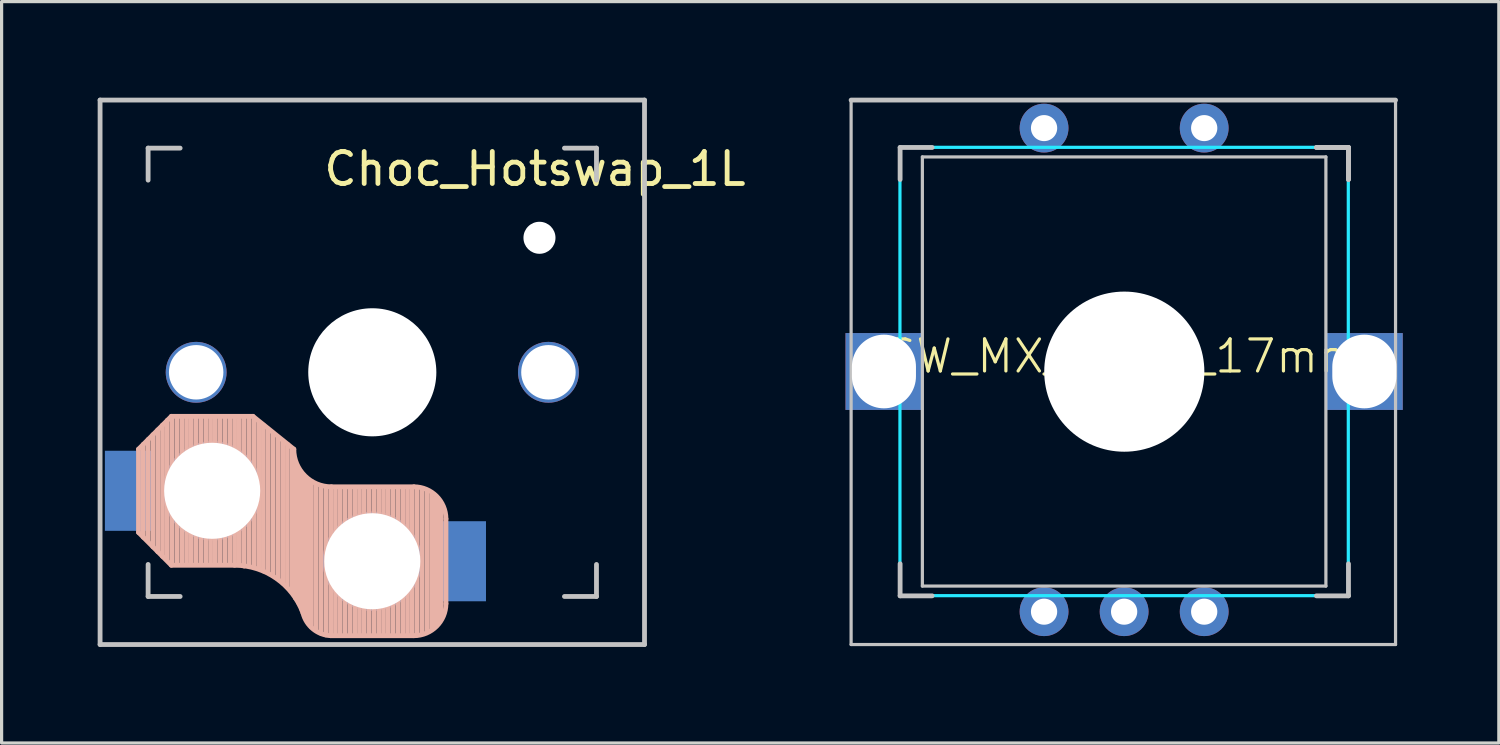
<source format=kicad_pcb>
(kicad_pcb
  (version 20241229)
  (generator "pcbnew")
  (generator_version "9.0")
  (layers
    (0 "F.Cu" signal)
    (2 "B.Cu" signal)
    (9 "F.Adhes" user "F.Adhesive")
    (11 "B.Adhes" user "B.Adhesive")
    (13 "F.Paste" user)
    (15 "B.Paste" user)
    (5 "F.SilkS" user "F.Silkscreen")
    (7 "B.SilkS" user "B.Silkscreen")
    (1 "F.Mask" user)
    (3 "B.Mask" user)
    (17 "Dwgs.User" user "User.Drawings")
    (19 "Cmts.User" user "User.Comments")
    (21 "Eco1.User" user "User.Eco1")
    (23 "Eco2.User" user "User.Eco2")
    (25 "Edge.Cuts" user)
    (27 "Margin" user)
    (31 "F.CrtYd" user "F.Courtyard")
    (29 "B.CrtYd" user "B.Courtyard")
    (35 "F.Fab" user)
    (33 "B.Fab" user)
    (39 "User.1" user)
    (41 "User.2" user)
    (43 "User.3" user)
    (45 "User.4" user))
  (footprint "SW_MX_EC12_17mm"
    (layer "F.Cu")
    (at 32.026 8.575)
    (property "Reference" "SW_MX_EC12_17mm" (at 0 -0.5 0) (unlocked yes) (layer "F.SilkS") (effects (font (size 1 1) (thickness 0.1))))
    (attr smd)
    (fp_line (start -8.5 -8.5) (end 8.5 -8.5) (stroke (width 0.15) (type solid)) (layer "Dwgs.User"))
    (fp_line (start -8.5 8.5) (end -8.5 -8.5) (stroke (width 0.1) (type solid)) (layer "Dwgs.User"))
    (fp_line (start -6.97 -7.02) (end -6.97 -6.02) (stroke (width 0.15) (type solid)) (layer "Dwgs.User"))
    (fp_line (start -6.97 5.98) (end -6.97 6.98) (stroke (width 0.15) (type solid)) (layer "Dwgs.User"))
    (fp_line (start -6.97 6.98) (end -5.97 6.98) (stroke (width 0.15) (type solid)) (layer "Dwgs.User"))
    (fp_line (start -6.275 6.675) (end -6.275 -6.725) (stroke (width 0.1) (type default)) (layer "Dwgs.User"))
    (fp_line (start -5.97 -7.02) (end -6.97 -7.02) (stroke (width 0.15) (type solid)) (layer "Dwgs.User"))
    (fp_line (start 6.03 -7.02) (end 7.03 -7.02) (stroke (width 0.15) (type solid)) (layer "Dwgs.User"))
    (fp_line (start 6.03 -7.02) (end 7.03 -7.02) (stroke (width 0.15) (type solid)) (layer "Dwgs.User"))
    (fp_line (start 6.325 -6.725) (end -6.275 -6.725) (stroke (width 0.1) (type default)) (layer "Dwgs.User"))
    (fp_line (start 6.325 6.675) (end -6.275 6.675) (stroke (width 0.1) (type default)) (layer "Dwgs.User"))
    (fp_line (start 6.325 6.675) (end 6.325 -6.725) (stroke (width 0.1) (type default)) (layer "Dwgs.User"))
    (fp_line (start 7.03 -7.02) (end 7.03 -6.02) (stroke (width 0.15) (type solid)) (layer "Dwgs.User"))
    (fp_line (start 7.03 -7.02) (end 7.03 -6.02) (stroke (width 0.15) (type solid)) (layer "Dwgs.User"))
    (fp_line (start 7.03 5.98) (end 7.03 6.98) (stroke (width 0.15) (type solid)) (layer "Dwgs.User"))
    (fp_line (start 7.03 6.98) (end 6.03 6.98) (stroke (width 0.15) (type solid)) (layer "Dwgs.User"))
    (fp_line (start 8.5 -8.5) (end 8.5 8.5) (stroke (width 0.1) (type solid)) (layer "Dwgs.User"))
    (fp_line (start 8.5 8.5) (end -8.5 8.5) (stroke (width 0.1) (type solid)) (layer "Dwgs.User"))
    (fp_line (start -6.975 -7.025) (end -6.975 6.975) (stroke (width 0.1) (type default)) (layer "B.CrtYd"))
    (fp_line (start -6.975 -7.025) (end 7.025 -7.025) (stroke (width 0.1) (type default)) (layer "B.CrtYd"))
    (fp_line (start -6.975 6.975) (end 7.025 6.975) (stroke (width 0.1) (type default)) (layer "B.CrtYd"))
    (fp_line (start 7.025 6.975) (end 7.025 -7.025) (stroke (width 0.1) (type default)) (layer "B.CrtYd"))
    (pad "" thru_hole rect (at -7.475 -0.025 270) (size 2.4 2.4) (drill oval 2.3 2) (layers "*.Cu" "*.Mask"))
    (pad "" np_thru_hole circle (at 0.03 -0.02 270) (size 4.1 4.1) (drill 4.1) (layers "*.Cu" "*.Mask"))
    (pad "" np_thru_hole circle (at 0.03 -0.02 270) (size 5 5) (drill 5) (layers "*.Cu"))
    (pad "" thru_hole rect (at 7.525 -0.025 270) (size 2.4 2.4) (drill oval 2.3 2) (layers "*.Cu" "*.Mask"))
    (pad "1" thru_hole circle (at 2.525 -7.625) (size 1.524 1.524) (drill oval 0.82 0.813) (layers "*.Cu" "*.Mask"))
    (pad "2" thru_hole circle (at -2.475 -7.625) (size 1.524 1.524) (drill oval 0.82 0.813) (layers "*.Cu" "*.Mask"))
    (pad "A" thru_hole circle (at -2.475 7.475) (size 1.524 1.524) (drill oval 0.82 0.813) (layers "*.Cu" "*.Mask"))
    (pad "B" thru_hole circle (at 2.525 7.475) (size 1.524 1.524) (drill oval 0.82 0.813) (layers "*.Cu" "*.Mask"))
    (pad "C" thru_hole circle (at 0.025 7.475) (size 1.524 1.524) (drill oval 0.82 0.813) (layers "*.Cu" "*.Mask")))
  (footprint "Choc_Hotswap_1L"
    (layer "F.Cu")
    (at 8.575 8.575)
    (property "Reference" "Choc_Hotswap_1L" (at 5.08 -6.35 180) (layer "F.SilkS") (effects (font (size 1 1) (thickness 0.15))))
    (attr through_hole)
    (fp_line (start -7.3 2.4) (end -7.3 5) (stroke (width 0.15) (type solid)) (layer "B.SilkS"))
    (fp_line (start -7.3 2.4) (end -6.275 1.375) (stroke (width 0.15) (type solid)) (layer "B.SilkS"))
    (fp_line (start -7.3 5) (end -6.275 6.025) (stroke (width 0.15) (type solid)) (layer "B.SilkS"))
    (fp_line (start -7.15 5.15) (end -7.15 2.25) (stroke (width 0.15) (type solid)) (layer "B.SilkS"))
    (fp_line (start -7 5.25) (end -7 2.1) (stroke (width 0.15) (type solid)) (layer "B.SilkS"))
    (fp_line (start -6.85 5.45) (end -6.85 1.95) (stroke (width 0.15) (type solid)) (layer "B.SilkS"))
    (fp_line (start -6.7 5.6) (end -6.7 1.8) (stroke (width 0.15) (type solid)) (layer "B.SilkS"))
    (fp_line (start -6.55 5.75) (end -6.55 1.65) (stroke (width 0.15) (type solid)) (layer "B.SilkS"))
    (fp_line (start -6.4 5.85) (end -6.4 1.5) (stroke (width 0.15) (type solid)) (layer "B.SilkS"))
    (fp_line (start -6.25 6) (end -6.25 1.4) (stroke (width 0.15) (type solid)) (layer "B.SilkS"))
    (fp_line (start -6.1 6) (end -6.1 1.4) (stroke (width 0.15) (type solid)) (layer "B.SilkS"))
    (fp_line (start -5.95 6) (end -5.95 1.4) (stroke (width 0.15) (type solid)) (layer "B.SilkS"))
    (fp_line (start -5.8 6) (end -5.8 1.4) (stroke (width 0.15) (type solid)) (layer "B.SilkS"))
    (fp_line (start -5.65 6) (end -5.65 1.4) (stroke (width 0.15) (type solid)) (layer "B.SilkS"))
    (fp_line (start -5.5 6) (end -5.5 1.4) (stroke (width 0.15) (type solid)) (layer "B.SilkS"))
    (fp_line (start -5.35 6) (end -5.35 1.4) (stroke (width 0.15) (type solid)) (layer "B.SilkS"))
    (fp_line (start -5.2 6) (end -5.2 1.4) (stroke (width 0.15) (type solid)) (layer "B.SilkS"))
    (fp_line (start -5.05 6) (end -5.05 1.4) (stroke (width 0.15) (type solid)) (layer "B.SilkS"))
    (fp_line (start -4.9 6) (end -4.9 1.4) (stroke (width 0.15) (type solid)) (layer "B.SilkS"))
    (fp_line (start -4.75 6) (end -4.75 1.4) (stroke (width 0.15) (type solid)) (layer "B.SilkS"))
    (fp_line (start -4.6 6) (end -4.6 1.4) (stroke (width 0.15) (type solid)) (layer "B.SilkS"))
    (fp_line (start -4.45 6) (end -4.45 1.4) (stroke (width 0.15) (type solid)) (layer "B.SilkS"))
    (fp_line (start -4.3 6) (end -4.3 1.4) (stroke (width 0.15) (type solid)) (layer "B.SilkS"))
    (fp_line (start -4.3 6.025) (end -6.275 6.025) (stroke (width 0.15) (type solid)) (layer "B.SilkS"))
    (fp_line (start -4.15 6) (end -4.15 1.45) (stroke (width 0.15) (type solid)) (layer "B.SilkS"))
    (fp_line (start -4 6.05) (end -4 1.4) (stroke (width 0.15) (type solid)) (layer "B.SilkS"))
    (fp_line (start -3.85 6.05) (end -3.85 1.4) (stroke (width 0.15) (type solid)) (layer "B.SilkS"))
    (fp_line (start -3.725 1.375) (end -6.275 1.375) (stroke (width 0.15) (type solid)) (layer "B.SilkS"))
    (fp_line (start -3.725 1.375) (end -2.45 2.4) (stroke (width 0.15) (type solid)) (layer "B.SilkS"))
    (fp_line (start -3.7 6.05) (end -3.7 1.45) (stroke (width 0.15) (type solid)) (layer "B.SilkS"))
    (fp_line (start -3.55 6.1) (end -3.55 1.55) (stroke (width 0.15) (type solid)) (layer "B.SilkS"))
    (fp_line (start -3.4 6.2) (end -3.4 1.65) (stroke (width 0.15) (type solid)) (layer "B.SilkS"))
    (fp_line (start -3.25 6.25) (end -3.25 1.8) (stroke (width 0.15) (type solid)) (layer "B.SilkS"))
    (fp_line (start -3.1 6.35) (end -3.1 1.9) (stroke (width 0.15) (type solid)) (layer "B.SilkS"))
    (fp_line (start -2.95 6.45) (end -2.95 2.05) (stroke (width 0.15) (type solid)) (layer "B.SilkS"))
    (fp_line (start -2.8 6.55) (end -2.8 2.15) (stroke (width 0.15) (type solid)) (layer "B.SilkS"))
    (fp_line (start -2.65 6.7) (end -2.65 2.25) (stroke (width 0.15) (type solid)) (layer "B.SilkS"))
    (fp_line (start -2.5 6.85) (end -2.5 2.4) (stroke (width 0.15) (type solid)) (layer "B.SilkS"))
    (fp_line (start -2.4 7.05) (end -2.4 2.9) (stroke (width 0.15) (type solid)) (layer "B.SilkS"))
    (fp_line (start -2.3 7.2) (end -2.3 3.05) (stroke (width 0.15) (type solid)) (layer "B.SilkS"))
    (fp_line (start -2.2 7.4) (end -2.2 3.25) (stroke (width 0.15) (type solid)) (layer "B.SilkS"))
    (fp_line (start -2.1 7.55) (end -2.1 3.35) (stroke (width 0.15) (type solid)) (layer "B.SilkS"))
    (fp_line (start -2 7.8) (end -2 3.4) (stroke (width 0.15) (type solid)) (layer "B.SilkS"))
    (fp_line (start -1.9 7.95) (end -1.9 3.45) (stroke (width 0.15) (type solid)) (layer "B.SilkS"))
    (fp_line (start -1.75 8.05) (end -1.75 3.5) (stroke (width 0.15) (type solid)) (layer "B.SilkS"))
    (fp_line (start -1.6 8.15) (end -1.6 3.6) (stroke (width 0.15) (type solid)) (layer "B.SilkS"))
    (fp_line (start -1.45 8.2) (end -1.45 3.6) (stroke (width 0.15) (type solid)) (layer "B.SilkS"))
    (fp_line (start -1.3 8.2) (end -1.3 3.6) (stroke (width 0.15) (type solid)) (layer "B.SilkS"))
    (fp_line (start -1.15 8.2) (end -1.15 3.65) (stroke (width 0.15) (type solid)) (layer "B.SilkS"))
    (fp_line (start -1 8.2) (end -1 3.6) (stroke (width 0.15) (type solid)) (layer "B.SilkS"))
    (fp_line (start -0.85 8.2) (end -0.85 3.6) (stroke (width 0.15) (type solid)) (layer "B.SilkS"))
    (fp_line (start -0.7 8.2) (end -0.7 3.6) (stroke (width 0.15) (type solid)) (layer "B.SilkS"))
    (fp_line (start -0.55 8.2) (end -0.55 3.6) (stroke (width 0.15) (type solid)) (layer "B.SilkS"))
    (fp_line (start -0.4 8.2) (end -0.4 3.6) (stroke (width 0.15) (type solid)) (layer "B.SilkS"))
    (fp_line (start -0.25 8.2) (end -0.25 3.6) (stroke (width 0.15) (type solid)) (layer "B.SilkS"))
    (fp_line (start -0.1 8.2) (end -0.1 3.6) (stroke (width 0.15) (type solid)) (layer "B.SilkS"))
    (fp_line (start 0.05 8.2) (end 0.05 3.6) (stroke (width 0.15) (type solid)) (layer "B.SilkS"))
    (fp_line (start 0.2 8.2) (end 0.2 3.6) (stroke (width 0.15) (type solid)) (layer "B.SilkS"))
    (fp_line (start 0.35 8.2) (end 0.35 3.6) (stroke (width 0.15) (type solid)) (layer "B.SilkS"))
    (fp_line (start 0.5 8.2) (end 0.5 3.6) (stroke (width 0.15) (type solid)) (layer "B.SilkS"))
    (fp_line (start 0.65 8.2) (end 0.65 3.6) (stroke (width 0.15) (type solid)) (layer "B.SilkS"))
    (fp_line (start 0.8 8.2) (end 0.8 3.6) (stroke (width 0.15) (type solid)) (layer "B.SilkS"))
    (fp_line (start 0.95 8.2) (end 0.95 3.6) (stroke (width 0.15) (type solid)) (layer "B.SilkS"))
    (fp_line (start 1.1 8.2) (end 1.1 3.6) (stroke (width 0.15) (type solid)) (layer "B.SilkS"))
    (fp_line (start 1.25 8.2) (end 1.25 3.6) (stroke (width 0.15) (type solid)) (layer "B.SilkS"))
    (fp_line (start 1.3 3.575) (end -1.275 3.575) (stroke (width 0.15) (type solid)) (layer "B.SilkS"))
    (fp_line (start 1.3 8.225) (end -1.3 8.225) (stroke (width 0.15) (type solid)) (layer "B.SilkS"))
    (fp_line (start 1.4 8.2) (end 1.4 3.65) (stroke (width 0.15) (type solid)) (layer "B.SilkS"))
    (fp_line (start 1.55 8.15) (end 1.55 3.65) (stroke (width 0.15) (type solid)) (layer "B.SilkS"))
    (fp_line (start 1.7 8.1) (end 1.7 3.7) (stroke (width 0.15) (type solid)) (layer "B.SilkS"))
    (fp_line (start 1.85 8) (end 1.85 3.8) (stroke (width 0.15) (type solid)) (layer "B.SilkS"))
    (fp_line (start 1.95 7.9) (end 1.95 3.95) (stroke (width 0.15) (type solid)) (layer "B.SilkS"))
    (fp_line (start 2.05 7.8) (end 2.05 4.05) (stroke (width 0.15) (type solid)) (layer "B.SilkS"))
    (fp_line (start 2.15 7.65) (end 2.15 4.1) (stroke (width 0.15) (type solid)) (layer "B.SilkS"))
    (fp_line (start 2.3 4.575) (end 2.3 7.225) (stroke (width 0.15) (type solid)) (layer "B.SilkS"))
    (fp_arc (start -4.3 6.025) (mid -2.995114 6.436429) (end -2.162199 7.521904) (stroke (width 0.15) (type solid)) (layer "B.SilkS"))
    (fp_arc (start -1.300995 8.223791) (mid -1.848284 8.016021) (end -2.162199 7.521904) (stroke (width 0.15) (type solid)) (layer "B.SilkS"))
    (fp_arc (start -1.275 3.575) (mid -2.10585 3.23085) (end -2.45 2.4) (stroke (width 0.15) (type solid)) (layer "B.SilkS"))
    (fp_arc (start 1.3 3.575) (mid 2.007107 3.867893) (end 2.3 4.575) (stroke (width 0.15) (type solid)) (layer "B.SilkS"))
    (fp_arc (start 2.3 7.225) (mid 2.007107 7.932107) (end 1.3 8.225) (stroke (width 0.15) (type solid)) (layer "B.SilkS"))
    (fp_line (start -8.5 -8.5) (end 8.5 -8.5) (stroke (width 0.15) (type solid)) (layer "Dwgs.User"))
    (fp_line (start -8.5 8.5) (end -8.5 -8.5) (stroke (width 0.15) (type solid)) (layer "Dwgs.User"))
    (fp_line (start -7 -7) (end -6 -7) (stroke (width 0.15) (type solid)) (layer "Dwgs.User"))
    (fp_line (start -7 -6) (end -7 -7) (stroke (width 0.15) (type solid)) (layer "Dwgs.User"))
    (fp_line (start -7 7) (end -7 6) (stroke (width 0.15) (type solid)) (layer "Dwgs.User"))
    (fp_line (start -6 7) (end -7 7) (stroke (width 0.15) (type solid)) (layer "Dwgs.User"))
    (fp_line (start 6 7) (end 7 7) (stroke (width 0.15) (type solid)) (layer "Dwgs.User"))
    (fp_line (start 7 -7) (end 6 -7) (stroke (width 0.15) (type solid)) (layer "Dwgs.User"))
    (fp_line (start 7 -6) (end 7 -7) (stroke (width 0.15) (type solid)) (layer "Dwgs.User"))
    (fp_line (start 7 7) (end 7 6) (stroke (width 0.15) (type solid)) (layer "Dwgs.User"))
    (fp_line (start 8.5 -8.5) (end 8.5 8.5) (stroke (width 0.15) (type solid)) (layer "Dwgs.User"))
    (fp_line (start 8.5 8.5) (end -8.5 8.5) (stroke (width 0.15) (type solid)) (layer "Dwgs.User"))
    (pad "" np_thru_hole circle (at -5.5 0 90) (size 1.9 1.9) (drill 1.7) (layers "*.Cu" "*.Mask"))
    (pad "" np_thru_hole circle (at -5 3.7 90) (size 3.1 3.1) (drill 3) (layers "*.Cu" "*.Mask"))
    (pad "" np_thru_hole circle (at 0 0 90) (size 4 4) (drill 4) (layers "*.Cu" "*.Mask"))
    (pad "" np_thru_hole circle (at 0 5.9 90) (size 3.1 3.1) (drill 3) (layers "*.Cu" "*.Mask"))
    (pad "" np_thru_hole circle (at 5.22 -4.2) (size 1 1) (drill 1) (layers "*.Cu" "*.Mask"))
    (pad "" np_thru_hole circle (at 5.5 0 90) (size 1.9 1.9) (drill 1.7) (layers "*.Cu" "*.Mask"))
    (pad "1" smd rect (at -7.6 3.7 180) (size 1.5 2.5) (layers "B.Cu" "B.Mask" "B.Paste"))
    (pad "2" smd rect (at 2.8 5.9 180) (size 1.5 2.5) (layers "B.Cu" "B.Mask" "B.Paste")))
  (gr_rect
    (start -3 -3)
    (end 43.751 20.15)
    (stroke (width 0.1) (type default))
    (fill no)
    (layer "Edge.Cuts")))
</source>
